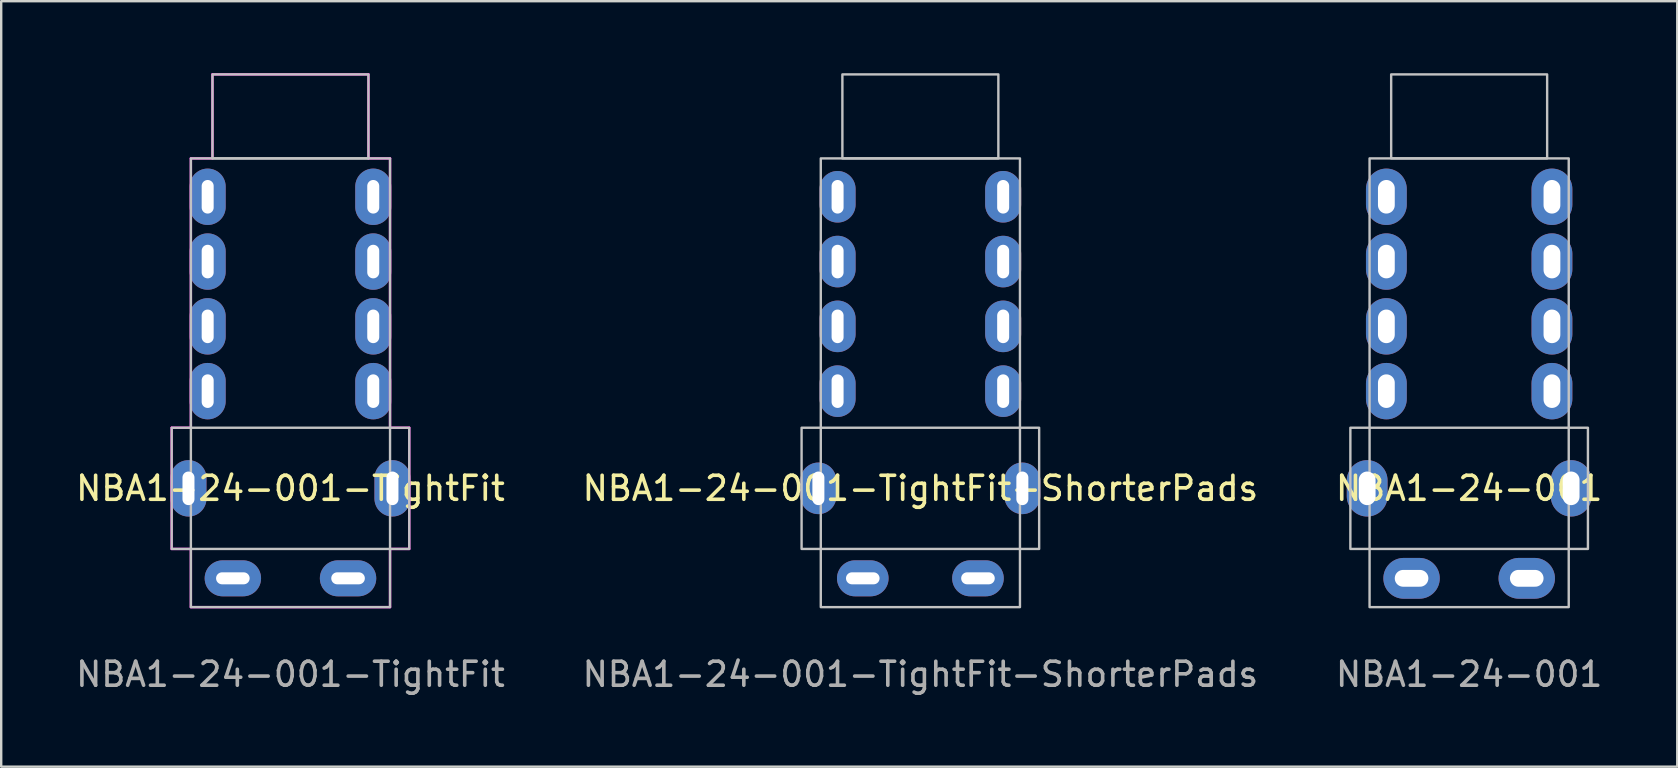
<source format=kicad_pcb>
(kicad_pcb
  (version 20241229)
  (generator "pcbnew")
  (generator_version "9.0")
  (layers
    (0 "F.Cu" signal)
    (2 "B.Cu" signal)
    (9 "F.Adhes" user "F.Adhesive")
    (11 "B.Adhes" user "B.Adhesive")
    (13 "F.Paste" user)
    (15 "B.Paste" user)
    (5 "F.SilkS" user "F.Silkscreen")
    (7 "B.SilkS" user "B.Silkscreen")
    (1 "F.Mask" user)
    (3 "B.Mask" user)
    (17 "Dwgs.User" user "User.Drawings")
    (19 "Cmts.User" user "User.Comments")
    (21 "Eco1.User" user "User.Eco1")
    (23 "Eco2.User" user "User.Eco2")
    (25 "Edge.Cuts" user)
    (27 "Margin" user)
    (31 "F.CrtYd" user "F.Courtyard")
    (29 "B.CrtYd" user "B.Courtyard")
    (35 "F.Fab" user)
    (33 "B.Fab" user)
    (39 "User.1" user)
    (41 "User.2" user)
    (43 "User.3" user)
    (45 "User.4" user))
  (footprint "NBA1-24-001-TightFit"
    (layer "F.Cu")
    (at 9.054 3.55)
    (property "Reference" "NBA1-24-001-TightFit" (at 0 13.75 0) (unlocked yes) (layer "F.SilkS") (effects (font (size 1 1) (thickness 0.15))))
    (attr through_hole)
    (fp_rect (start -4.95 11.225) (end 4.95 16.275) (stroke (width 0.1) (type default)) (fill no) (layer "Dwgs.User"))
    (fp_rect (start -4.15 0) (end 4.15 18.7) (stroke (width 0.1) (type default)) (fill no) (layer "Dwgs.User"))
    (fp_rect (start -3.25 -3.5) (end 3.25 0) (stroke (width 0.1) (type default)) (fill no) (layer "Dwgs.User"))
    (fp_line (start -4.95 11.225) (end -4.95 16.275) (stroke (width 0.1) (type default)) (layer "F.CrtYd"))
    (fp_line (start -4.95 16.275) (end -4.15 16.275) (stroke (width 0.1) (type default)) (layer "F.CrtYd"))
    (fp_line (start -4.15 0) (end -4.15 11.225) (stroke (width 0.1) (type default)) (layer "F.CrtYd"))
    (fp_line (start -4.15 11.225) (end -4.95 11.225) (stroke (width 0.1) (type default)) (layer "F.CrtYd"))
    (fp_line (start -4.15 16.275) (end -4.15 18.7) (stroke (width 0.1) (type default)) (layer "F.CrtYd"))
    (fp_line (start -4.15 18.7) (end 4.15 18.7) (stroke (width 0.1) (type default)) (layer "F.CrtYd"))
    (fp_line (start -3.25 -3.5) (end -3.25 0) (stroke (width 0.1) (type default)) (layer "F.CrtYd"))
    (fp_line (start -3.25 0) (end -4.15 0) (stroke (width 0.1) (type default)) (layer "F.CrtYd"))
    (fp_line (start 3.25 -3.5) (end -3.25 -3.5) (stroke (width 0.1) (type default)) (layer "F.CrtYd"))
    (fp_line (start 3.25 0) (end 3.25 -3.5) (stroke (width 0.1) (type default)) (layer "F.CrtYd"))
    (fp_line (start 4.15 0) (end 3.25 0) (stroke (width 0.1) (type default)) (layer "F.CrtYd"))
    (fp_line (start 4.15 11.225) (end 4.15 0) (stroke (width 0.1) (type default)) (layer "F.CrtYd"))
    (fp_line (start 4.15 16.275) (end 4.95 16.275) (stroke (width 0.1) (type default)) (layer "F.CrtYd"))
    (fp_line (start 4.15 18.7) (end 4.15 16.275) (stroke (width 0.1) (type default)) (layer "F.CrtYd"))
    (fp_line (start 4.95 11.225) (end 4.15 11.225) (stroke (width 0.1) (type default)) (layer "F.CrtYd"))
    (fp_line (start 4.95 16.275) (end 4.95 11.225) (stroke (width 0.1) (type default)) (layer "F.CrtYd"))
    (fp_text user "${REFERENCE}" (at 0 21.5 0) (unlocked yes) (layer "F.Fab") (effects (font (size 1 1) (thickness 0.15))))
    (pad "B" thru_hole oval (at 4.25 13.75) (size 1.5 2.35) (drill oval 0.5 1.4) (layers "*.Cu" "B.Mask"))
    (pad "R1" thru_hole oval (at -3.45 9.7) (size 1.5 2.35) (drill oval 0.5 1.4) (layers "*.Cu" "B.Mask"))
    (pad "R1" thru_hole oval (at 3.45 9.7) (size 1.5 2.35) (drill oval 0.5 1.4) (layers "*.Cu" "B.Mask"))
    (pad "R2" thru_hole oval (at -3.45 7) (size 1.5 2.35) (drill oval 0.5 1.4) (layers "*.Cu" "B.Mask"))
    (pad "R2" thru_hole oval (at 3.45 7) (size 1.5 2.35) (drill oval 0.5 1.4) (layers "*.Cu" "B.Mask"))
    (pad "R3" thru_hole oval (at -3.45 4.3) (size 1.5 2.35) (drill oval 0.5 1.4) (layers "*.Cu" "B.Mask"))
    (pad "R3" thru_hole oval (at 3.45 4.3) (size 1.5 2.35) (drill oval 0.5 1.4) (layers "*.Cu" "B.Mask"))
    (pad "S" thru_hole oval (at -3.45 1.6) (size 1.5 2.35) (drill oval 0.5 1.4) (layers "*.Cu" "B.Mask"))
    (pad "S" thru_hole oval (at 3.45 1.6) (size 1.5 2.35) (drill oval 0.5 1.4) (layers "*.Cu" "B.Mask"))
    (pad "T" thru_hole oval (at -2.4 17.5 90) (size 1.5 2.35) (drill oval 0.5 1.4) (layers "*.Cu" "B.Mask"))
    (pad "T" thru_hole oval (at 2.4 17.5 90) (size 1.5 2.35) (drill oval 0.5 1.4) (layers "*.Cu" "B.Mask"))
    (pad "TC" thru_hole oval (at -4.25 13.75) (size 1.5 2.35) (drill oval 0.5 1.4) (layers "*.Cu" "B.Mask")))
  (footprint "NBA1-24-001"
    (layer "F.Cu")
    (at 58.173 3.55)
    (property "Reference" "NBA1-24-001" (at 0 13.75 0) (unlocked yes) (layer "F.SilkS") (effects (font (size 1 1) (thickness 0.15))))
    (attr through_hole)
    (fp_rect (start -4.95 11.225) (end 4.95 16.275) (stroke (width 0.1) (type default)) (fill no) (layer "Dwgs.User"))
    (fp_rect (start -4.15 0) (end 4.15 18.7) (stroke (width 0.1) (type default)) (fill no) (layer "Dwgs.User"))
    (fp_rect (start -3.25 -3.5) (end 3.25 0) (stroke (width 0.1) (type default)) (fill no) (layer "Dwgs.User"))
    (fp_text user "${REFERENCE}" (at 0 21.5 0) (unlocked yes) (layer "F.Fab") (effects (font (size 1 1) (thickness 0.15))))
    (pad "B" thru_hole oval (at 4.25 13.75) (size 1.7 2.35) (drill oval 0.7 1.4) (layers "*.Cu" "B.Mask"))
    (pad "R1" thru_hole oval (at -3.45 9.7) (size 1.7 2.35) (drill oval 0.7 1.4) (layers "*.Cu" "B.Mask"))
    (pad "R1" thru_hole oval (at 3.45 9.7) (size 1.7 2.35) (drill oval 0.7 1.4) (layers "*.Cu" "B.Mask"))
    (pad "R2" thru_hole oval (at -3.45 7) (size 1.7 2.35) (drill oval 0.7 1.4) (layers "*.Cu" "B.Mask"))
    (pad "R2" thru_hole oval (at 3.45 7) (size 1.7 2.35) (drill oval 0.7 1.4) (layers "*.Cu" "B.Mask"))
    (pad "R3" thru_hole oval (at -3.45 4.3) (size 1.7 2.35) (drill oval 0.7 1.4) (layers "*.Cu" "B.Mask"))
    (pad "R3" thru_hole oval (at 3.45 4.3) (size 1.7 2.35) (drill oval 0.7 1.4) (layers "*.Cu" "B.Mask"))
    (pad "S" thru_hole oval (at -3.45 1.6) (size 1.7 2.35) (drill oval 0.7 1.4) (layers "*.Cu" "B.Mask"))
    (pad "S" thru_hole oval (at 3.45 1.6) (size 1.7 2.35) (drill oval 0.7 1.4) (layers "*.Cu" "B.Mask"))
    (pad "T" thru_hole oval (at -2.4 17.5 90) (size 1.7 2.35) (drill oval 0.7 1.4) (layers "*.Cu" "B.Mask"))
    (pad "T" thru_hole oval (at 2.4 17.5 90) (size 1.7 2.35) (drill oval 0.7 1.4) (layers "*.Cu" "B.Mask"))
    (pad "TC" thru_hole oval (at -4.25 13.75) (size 1.7 2.35) (drill oval 0.7 1.4) (layers "*.Cu" "B.Mask")))
  (footprint "NBA1-24-001-TightFit-ShorterPads"
    (layer "F.Cu")
    (at 35.304 3.55)
    (property "Reference" "NBA1-24-001-TightFit-ShorterPads" (at 0 13.75 0) (unlocked yes) (layer "F.SilkS") (effects (font (size 1 1) (thickness 0.15))))
    (attr through_hole)
    (fp_rect (start -4.95 11.225) (end 4.95 16.275) (stroke (width 0.1) (type default)) (fill no) (layer "Dwgs.User"))
    (fp_rect (start -4.15 0) (end 4.15 18.7) (stroke (width 0.1) (type default)) (fill no) (layer "Dwgs.User"))
    (fp_rect (start -3.25 -3.5) (end 3.25 0) (stroke (width 0.1) (type default)) (fill no) (layer "Dwgs.User"))
    (fp_line (start -4.95 11.225) (end -4.95 16.275) (stroke (width 0.1) (type default)) (layer "Margin"))
    (fp_line (start -4.95 16.275) (end -4.15 16.275) (stroke (width 0.1) (type default)) (layer "Margin"))
    (fp_line (start -4.15 0) (end -4.15 11.225) (stroke (width 0.1) (type default)) (layer "Margin"))
    (fp_line (start -4.15 11.225) (end -4.95 11.225) (stroke (width 0.1) (type default)) (layer "Margin"))
    (fp_line (start -4.15 16.275) (end -4.15 18.7) (stroke (width 0.1) (type default)) (layer "Margin"))
    (fp_line (start -4.15 18.7) (end 4.15 18.7) (stroke (width 0.1) (type default)) (layer "Margin"))
    (fp_line (start -3.25 -3.5) (end -3.25 0) (stroke (width 0.1) (type default)) (layer "Margin"))
    (fp_line (start -3.25 0) (end -4.15 0) (stroke (width 0.1) (type default)) (layer "Margin"))
    (fp_line (start 3.25 -3.5) (end -3.25 -3.5) (stroke (width 0.1) (type default)) (layer "Margin"))
    (fp_line (start 3.25 0) (end 3.25 -3.5) (stroke (width 0.1) (type default)) (layer "Margin"))
    (fp_line (start 4.15 0) (end 3.25 0) (stroke (width 0.1) (type default)) (layer "Margin"))
    (fp_line (start 4.15 11.225) (end 4.15 0) (stroke (width 0.1) (type default)) (layer "Margin"))
    (fp_line (start 4.15 16.275) (end 4.95 16.275) (stroke (width 0.1) (type default)) (layer "Margin"))
    (fp_line (start 4.15 18.7) (end 4.15 16.275) (stroke (width 0.1) (type default)) (layer "Margin"))
    (fp_line (start 4.95 11.225) (end 4.15 11.225) (stroke (width 0.1) (type default)) (layer "Margin"))
    (fp_line (start 4.95 16.275) (end 4.95 11.225) (stroke (width 0.1) (type default)) (layer "Margin"))
    (fp_text user "${REFERENCE}" (at 0 21.5 0) (unlocked yes) (layer "F.Fab") (effects (font (size 1 1) (thickness 0.15))))
    (pad "B" thru_hole oval (at 4.25 13.75) (size 1.5 2.15) (drill oval 0.5 1.4) (layers "*.Cu" "B.Mask"))
    (pad "R1" thru_hole oval (at -3.45 9.7) (size 1.5 2.15) (drill oval 0.5 1.4) (layers "*.Cu" "B.Mask"))
    (pad "R1" thru_hole oval (at 3.45 9.7) (size 1.5 2.15) (drill oval 0.5 1.4) (layers "*.Cu" "B.Mask"))
    (pad "R2" thru_hole oval (at -3.45 7) (size 1.5 2.15) (drill oval 0.5 1.4) (layers "*.Cu" "B.Mask"))
    (pad "R2" thru_hole oval (at 3.45 7) (size 1.5 2.15) (drill oval 0.5 1.4) (layers "*.Cu" "B.Mask"))
    (pad "R3" thru_hole oval (at -3.45 4.3) (size 1.5 2.15) (drill oval 0.5 1.4) (layers "*.Cu" "B.Mask"))
    (pad "R3" thru_hole oval (at 3.45 4.3) (size 1.5 2.15) (drill oval 0.5 1.4) (layers "*.Cu" "B.Mask"))
    (pad "S" thru_hole oval (at -3.45 1.6) (size 1.5 2.15) (drill oval 0.5 1.4) (layers "*.Cu" "B.Mask"))
    (pad "S" thru_hole oval (at 3.45 1.6) (size 1.5 2.15) (drill oval 0.5 1.4) (layers "*.Cu" "B.Mask"))
    (pad "T" thru_hole oval (at -2.4 17.5 90) (size 1.5 2.15) (drill oval 0.5 1.4) (layers "*.Cu" "B.Mask"))
    (pad "T" thru_hole oval (at 2.4 17.5 90) (size 1.5 2.15) (drill oval 0.5 1.4) (layers "*.Cu" "B.Mask"))
    (pad "TC" thru_hole oval (at -4.25 13.75) (size 1.5 2.15) (drill oval 0.5 1.4) (layers "*.Cu" "B.Mask")))
  (gr_rect
    (start -3 -3)
    (end 66.845 28.898)
    (stroke (width 0.1) (type default))
    (fill no)
    (layer "Edge.Cuts")))
</source>
